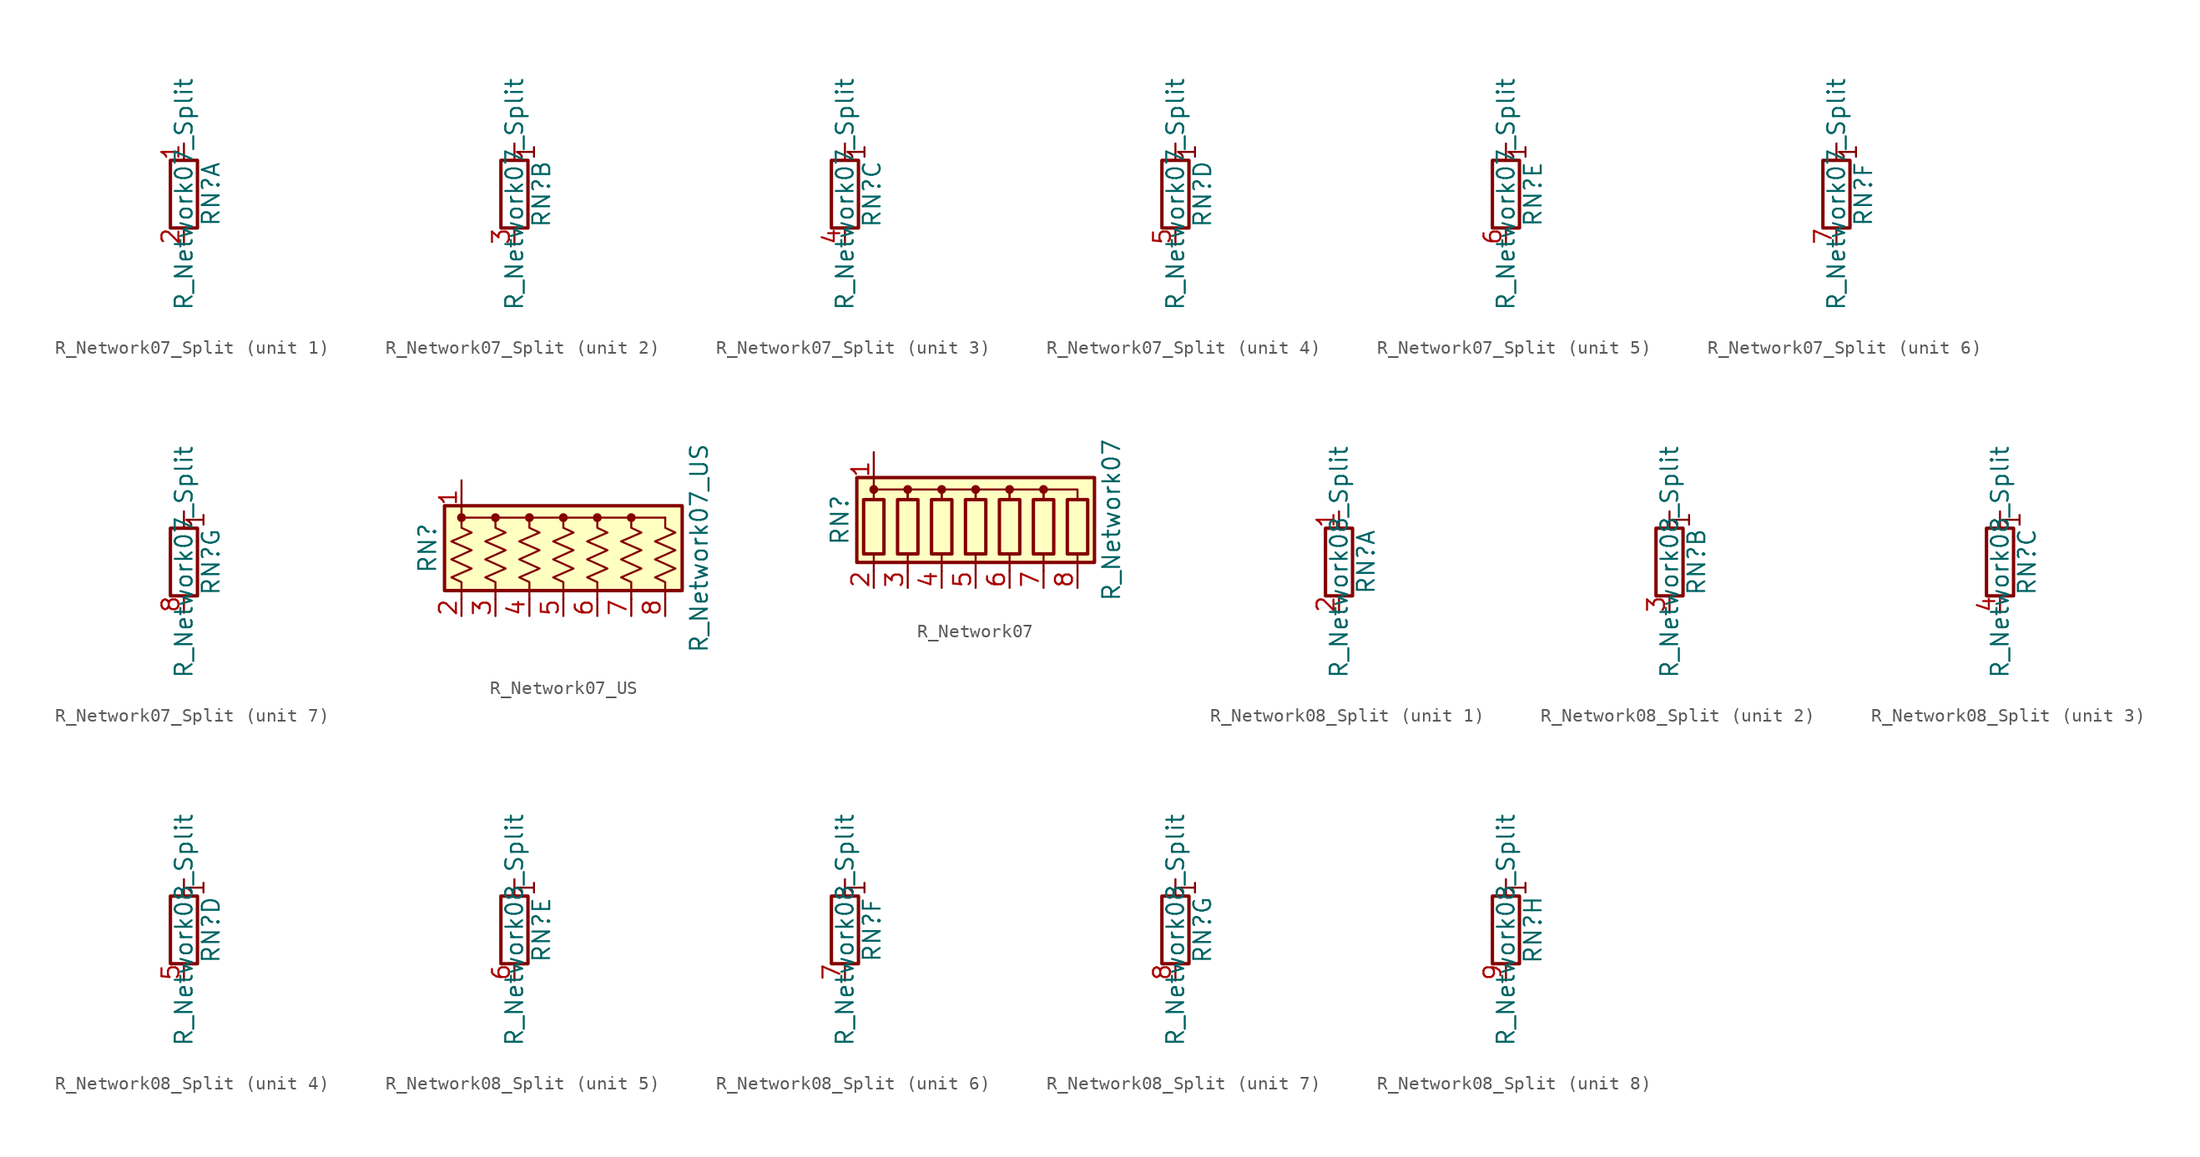
<source format=kicad_sym>
(kicad_symbol_lib
  (version 20201005)
  (generator kicad_symbol_editor)
  (symbol "R_Network07_Split"
    (pin_names
      (offset 0) hide)
    (property "Reference" "RN"
      (at 2.032 0 90)
      (effects (font (size 1.27 1.27))))
    (property "Value" "R_Network07_Split"
      (at 0 0 90)
      (effects (font (size 1.27 1.27))))
    (symbol "R_Network07_Split_0_1"
      (rectangle (start 1.016 2.54) (end -1.016 -2.54) (stroke (width 0.254)) (fill (type none))))
    (symbol "R_Network07_Split_1_1"
      (pin passive line (at 0 3.81 270) (length 1.27) (name "R1.1" (effects (font (size 1.27 1.27)))) (number "1" (effects (font (size 1.27 1.27)))))
      (pin passive line (at 0 -3.81 90) (length 1.27) (name "R1.2" (effects (font (size 1.27 1.27)))) (number "2" (effects (font (size 1.27 1.27))))))
    (symbol "R_Network07_Split_2_1"
      (text "1" (at 0.889 3.175 900) (effects (font (size 1.27 1.27))))
      (polyline (pts (xy 0 2.54) (xy 0 3.81)) (stroke (width 0)) (fill (type none)))
      (pin passive line (at 0 -3.81 90) (length 1.27) (name "R2.2" (effects (font (size 1.27 1.27)))) (number "3" (effects (font (size 1.27 1.27))))))
    (symbol "R_Network07_Split_3_1"
      (text "1" (at 0.889 3.175 900) (effects (font (size 1.27 1.27))))
      (polyline (pts (xy 0 2.54) (xy 0 3.81)) (stroke (width 0)) (fill (type none)))
      (pin passive line (at 0 -3.81 90) (length 1.27) (name "R3.2" (effects (font (size 1.27 1.27)))) (number "4" (effects (font (size 1.27 1.27))))))
    (symbol "R_Network07_Split_4_1"
      (text "1" (at 0.889 3.175 900) (effects (font (size 1.27 1.27))))
      (polyline (pts (xy 0 2.54) (xy 0 3.81)) (stroke (width 0)) (fill (type none)))
      (pin passive line (at 0 -3.81 90) (length 1.27) (name "R4.2" (effects (font (size 1.27 1.27)))) (number "5" (effects (font (size 1.27 1.27))))))
    (symbol "R_Network07_Split_5_1"
      (text "1" (at 0.889 3.175 900) (effects (font (size 1.27 1.27))))
      (polyline (pts (xy 0 2.54) (xy 0 3.81)) (stroke (width 0)) (fill (type none)))
      (pin passive line (at 0 -3.81 90) (length 1.27) (name "R5.2" (effects (font (size 1.27 1.27)))) (number "6" (effects (font (size 1.27 1.27))))))
    (symbol "R_Network07_Split_6_1"
      (text "1" (at 0.889 3.175 900) (effects (font (size 1.27 1.27))))
      (polyline (pts (xy 0 2.54) (xy 0 3.81)) (stroke (width 0)) (fill (type none)))
      (pin passive line (at 0 -3.81 90) (length 1.27) (name "R6.2" (effects (font (size 1.27 1.27)))) (number "7" (effects (font (size 1.27 1.27))))))
    (symbol "R_Network07_Split_7_1"
      (text "1" (at 0.889 3.175 900) (effects (font (size 1.27 1.27))))
      (polyline (pts (xy 0 2.54) (xy 0 3.81)) (stroke (width 0)) (fill (type none)))
      (pin passive line (at 0 -3.81 90) (length 1.27) (name "R7.2" (effects (font (size 1.27 1.27)))) (number "8" (effects (font (size 1.27 1.27)))))))
  (symbol "R_Network07_US"
    (pin_names
      (offset 0) hide)
    (property "Reference" "RN"
      (at -10.16 0 90)
      (effects (font (size 1.27 1.27))))
    (property "Value" "R_Network07_US"
      (at 10.16 0 90)
      (effects (font (size 1.27 1.27))))
    (symbol "R_Network07_US_0_1"
      (circle (center -7.62 2.286) (radius 0.254) (stroke (width 0)) (fill (type outline)))
      (circle (center -5.08 2.286) (radius 0.254) (stroke (width 0)) (fill (type outline)))
      (circle (center -2.54 2.286) (radius 0.254) (stroke (width 0)) (fill (type outline)))
      (circle (center 0 2.286) (radius 0.254) (stroke (width 0)) (fill (type outline)))
      (circle (center 2.54 2.286) (radius 0.254) (stroke (width 0)) (fill (type outline)))
      (circle (center 5.08 2.286) (radius 0.254) (stroke (width 0)) (fill (type outline)))
      (rectangle (start -8.89 -3.175) (end 8.89 3.175) (stroke (width 0.254)) (fill (type background)))
      (polyline (pts (xy -7.62 2.286) (xy 7.62 2.286)) (stroke (width 0)) (fill (type none)))
      (polyline (pts (xy -7.62 2.286) (xy -7.62 1.524) (xy -6.858 1.168) (xy -8.382 0.508) (xy -6.858 -0.152) (xy -8.382 -0.838) (xy -6.858 -1.524) (xy -8.382 -2.184) (xy -7.62 -2.54) (xy -7.62 -3.81)) (stroke (width 0)) (fill (type none)))
      (polyline (pts (xy -5.08 2.286) (xy -5.08 1.524) (xy -4.318 1.168) (xy -5.842 0.508) (xy -4.318 -0.152) (xy -5.842 -0.838) (xy -4.318 -1.524) (xy -5.842 -2.184) (xy -5.08 -2.54) (xy -5.08 -3.81)) (stroke (width 0)) (fill (type none)))
      (polyline (pts (xy -2.54 2.286) (xy -2.54 1.524) (xy -1.778 1.168) (xy -3.302 0.508) (xy -1.778 -0.152) (xy -3.302 -0.838) (xy -1.778 -1.524) (xy -3.302 -2.184) (xy -2.54 -2.54) (xy -2.54 -3.81)) (stroke (width 0)) (fill (type none)))
      (polyline (pts (xy 0 2.286) (xy 0 1.524) (xy 0.762 1.168) (xy -0.762 0.508) (xy 0.762 -0.152) (xy -0.762 -0.838) (xy 0.762 -1.524) (xy -0.762 -2.184) (xy 0 -2.54) (xy 0 -3.81)) (stroke (width 0)) (fill (type none)))
      (polyline (pts (xy 2.54 2.286) (xy 2.54 1.524) (xy 3.302 1.168) (xy 1.778 0.508) (xy 3.302 -0.152) (xy 1.778 -0.838) (xy 3.302 -1.524) (xy 1.778 -2.184) (xy 2.54 -2.54) (xy 2.54 -3.81)) (stroke (width 0)) (fill (type none)))
      (polyline (pts (xy 5.08 2.286) (xy 5.08 1.524) (xy 5.842 1.168) (xy 4.318 0.508) (xy 5.842 -0.152) (xy 4.318 -0.838) (xy 5.842 -1.524) (xy 4.318 -2.184) (xy 5.08 -2.54) (xy 5.08 -3.81)) (stroke (width 0)) (fill (type none)))
      (polyline (pts (xy 7.62 2.286) (xy 7.62 1.524) (xy 8.382 1.168) (xy 6.858 0.508) (xy 8.382 -0.152) (xy 6.858 -0.838) (xy 8.382 -1.524) (xy 6.858 -2.184) (xy 7.62 -2.54) (xy 7.62 -3.81)) (stroke (width 0)) (fill (type none))))
    (symbol "R_Network07_US_1_1"
      (pin passive line (at -7.62 5.08 270) (length 2.54) (name "common" (effects (font (size 1.27 1.27)))) (number "1" (effects (font (size 1.27 1.27)))))
      (pin passive line (at -7.62 -5.08 90) (length 1.27) (name "R1" (effects (font (size 1.27 1.27)))) (number "2" (effects (font (size 1.27 1.27)))))
      (pin passive line (at -5.08 -5.08 90) (length 1.27) (name "R2" (effects (font (size 1.27 1.27)))) (number "3" (effects (font (size 1.27 1.27)))))
      (pin passive line (at -2.54 -5.08 90) (length 1.27) (name "R3" (effects (font (size 1.27 1.27)))) (number "4" (effects (font (size 1.27 1.27)))))
      (pin passive line (at 0 -5.08 90) (length 1.27) (name "R4" (effects (font (size 1.27 1.27)))) (number "5" (effects (font (size 1.27 1.27)))))
      (pin passive line (at 2.54 -5.08 90) (length 1.27) (name "R5" (effects (font (size 1.27 1.27)))) (number "6" (effects (font (size 1.27 1.27)))))
      (pin passive line (at 5.08 -5.08 90) (length 1.27) (name "R6" (effects (font (size 1.27 1.27)))) (number "7" (effects (font (size 1.27 1.27)))))
      (pin passive line (at 7.62 -5.08 90) (length 1.27) (name "R7" (effects (font (size 1.27 1.27)))) (number "8" (effects (font (size 1.27 1.27)))))))
  (symbol "R_Network07"
    (pin_names
      (offset 0) hide)
    (property "Reference" "RN"
      (at -10.16 0 90)
      (effects (font (size 1.27 1.27))))
    (property "Value" "R_Network07"
      (at 10.16 0 90)
      (effects (font (size 1.27 1.27))))
    (symbol "R_Network07_0_1"
      (circle (center -7.62 2.286) (radius 0.254) (stroke (width 0)) (fill (type outline)))
      (circle (center -5.08 2.286) (radius 0.254) (stroke (width 0)) (fill (type outline)))
      (circle (center -2.54 2.286) (radius 0.254) (stroke (width 0)) (fill (type outline)))
      (circle (center 0 2.286) (radius 0.254) (stroke (width 0)) (fill (type outline)))
      (circle (center 2.54 2.286) (radius 0.254) (stroke (width 0)) (fill (type outline)))
      (circle (center 5.08 2.286) (radius 0.254) (stroke (width 0)) (fill (type outline)))
      (rectangle (start -8.382 1.524) (end -6.858 -2.54) (stroke (width 0.254)) (fill (type none)))
      (rectangle (start -5.842 1.524) (end -4.318 -2.54) (stroke (width 0.254)) (fill (type none)))
      (rectangle (start -3.302 1.524) (end -1.778 -2.54) (stroke (width 0.254)) (fill (type none)))
      (rectangle (start -0.762 1.524) (end 0.762 -2.54) (stroke (width 0.254)) (fill (type none)))
      (rectangle (start 1.778 1.524) (end 3.302 -2.54) (stroke (width 0.254)) (fill (type none)))
      (rectangle (start 4.318 1.524) (end 5.842 -2.54) (stroke (width 0.254)) (fill (type none)))
      (rectangle (start 6.858 1.524) (end 8.382 -2.54) (stroke (width 0.254)) (fill (type none)))
      (rectangle (start -8.89 -3.175) (end 8.89 3.175) (stroke (width 0.254)) (fill (type background)))
      (polyline (pts (xy -7.62 -2.54) (xy -7.62 -3.81)) (stroke (width 0)) (fill (type none)))
      (polyline (pts (xy -5.08 -2.54) (xy -5.08 -3.81)) (stroke (width 0)) (fill (type none)))
      (polyline (pts (xy -2.54 -2.54) (xy -2.54 -3.81)) (stroke (width 0)) (fill (type none)))
      (polyline (pts (xy 0 -2.54) (xy 0 -3.81)) (stroke (width 0)) (fill (type none)))
      (polyline (pts (xy 2.54 -2.54) (xy 2.54 -3.81)) (stroke (width 0)) (fill (type none)))
      (polyline (pts (xy 5.08 -2.54) (xy 5.08 -3.81)) (stroke (width 0)) (fill (type none)))
      (polyline (pts (xy 7.62 -2.54) (xy 7.62 -3.81)) (stroke (width 0)) (fill (type none)))
      (polyline (pts (xy -7.62 1.524) (xy -7.62 2.286) (xy -5.08 2.286) (xy -5.08 1.524)) (stroke (width 0)) (fill (type none)))
      (polyline (pts (xy -5.08 1.524) (xy -5.08 2.286) (xy -2.54 2.286) (xy -2.54 1.524)) (stroke (width 0)) (fill (type none)))
      (polyline (pts (xy -2.54 1.524) (xy -2.54 2.286) (xy 0 2.286) (xy 0 1.524)) (stroke (width 0)) (fill (type none)))
      (polyline (pts (xy 0 1.524) (xy 0 2.286) (xy 2.54 2.286) (xy 2.54 1.524)) (stroke (width 0)) (fill (type none)))
      (polyline (pts (xy 2.54 1.524) (xy 2.54 2.286) (xy 5.08 2.286) (xy 5.08 1.524)) (stroke (width 0)) (fill (type none)))
      (polyline (pts (xy 5.08 1.524) (xy 5.08 2.286) (xy 7.62 2.286) (xy 7.62 1.524)) (stroke (width 0)) (fill (type none))))
    (symbol "R_Network07_1_1"
      (pin passive line (at -7.62 5.08 270) (length 2.54) (name "common" (effects (font (size 1.27 1.27)))) (number "1" (effects (font (size 1.27 1.27)))))
      (pin passive line (at -7.62 -5.08 90) (length 1.27) (name "R1" (effects (font (size 1.27 1.27)))) (number "2" (effects (font (size 1.27 1.27)))))
      (pin passive line (at -5.08 -5.08 90) (length 1.27) (name "R2" (effects (font (size 1.27 1.27)))) (number "3" (effects (font (size 1.27 1.27)))))
      (pin passive line (at -2.54 -5.08 90) (length 1.27) (name "R3" (effects (font (size 1.27 1.27)))) (number "4" (effects (font (size 1.27 1.27)))))
      (pin passive line (at 0 -5.08 90) (length 1.27) (name "R4" (effects (font (size 1.27 1.27)))) (number "5" (effects (font (size 1.27 1.27)))))
      (pin passive line (at 2.54 -5.08 90) (length 1.27) (name "R5" (effects (font (size 1.27 1.27)))) (number "6" (effects (font (size 1.27 1.27)))))
      (pin passive line (at 5.08 -5.08 90) (length 1.27) (name "R6" (effects (font (size 1.27 1.27)))) (number "7" (effects (font (size 1.27 1.27)))))
      (pin passive line (at 7.62 -5.08 90) (length 1.27) (name "R7" (effects (font (size 1.27 1.27)))) (number "8" (effects (font (size 1.27 1.27)))))))
  (symbol "R_Network08_Split"
    (pin_names
      (offset 0) hide)
    (property "Reference" "RN"
      (at 2.032 0 90)
      (effects (font (size 1.27 1.27))))
    (property "Value" "R_Network08_Split"
      (at 0 0 90)
      (effects (font (size 1.27 1.27))))
    (symbol "R_Network08_Split_0_1"
      (rectangle (start 1.016 2.54) (end -1.016 -2.54) (stroke (width 0.254)) (fill (type none))))
    (symbol "R_Network08_Split_1_1"
      (pin passive line (at 0 3.81 270) (length 1.27) (name "R1.1" (effects (font (size 1.27 1.27)))) (number "1" (effects (font (size 1.27 1.27)))))
      (pin passive line (at 0 -3.81 90) (length 1.27) (name "R1.2" (effects (font (size 1.27 1.27)))) (number "2" (effects (font (size 1.27 1.27))))))
    (symbol "R_Network08_Split_2_1"
      (text "1" (at 0.889 3.175 900) (effects (font (size 1.27 1.27))))
      (polyline (pts (xy 0 2.54) (xy 0 3.81)) (stroke (width 0)) (fill (type none)))
      (pin passive line (at 0 -3.81 90) (length 1.27) (name "R2.2" (effects (font (size 1.27 1.27)))) (number "3" (effects (font (size 1.27 1.27))))))
    (symbol "R_Network08_Split_3_1"
      (text "1" (at 0.889 3.175 900) (effects (font (size 1.27 1.27))))
      (polyline (pts (xy 0 2.54) (xy 0 3.81)) (stroke (width 0)) (fill (type none)))
      (pin passive line (at 0 -3.81 90) (length 1.27) (name "R3.2" (effects (font (size 1.27 1.27)))) (number "4" (effects (font (size 1.27 1.27))))))
    (symbol "R_Network08_Split_4_1"
      (text "1" (at 0.889 3.175 900) (effects (font (size 1.27 1.27))))
      (polyline (pts (xy 0 2.54) (xy 0 3.81)) (stroke (width 0)) (fill (type none)))
      (pin passive line (at 0 -3.81 90) (length 1.27) (name "R4.2" (effects (font (size 1.27 1.27)))) (number "5" (effects (font (size 1.27 1.27))))))
    (symbol "R_Network08_Split_5_1"
      (text "1" (at 0.889 3.175 900) (effects (font (size 1.27 1.27))))
      (polyline (pts (xy 0 2.54) (xy 0 3.81)) (stroke (width 0)) (fill (type none)))
      (pin passive line (at 0 -3.81 90) (length 1.27) (name "R5.2" (effects (font (size 1.27 1.27)))) (number "6" (effects (font (size 1.27 1.27))))))
    (symbol "R_Network08_Split_6_1"
      (text "1" (at 0.889 3.175 900) (effects (font (size 1.27 1.27))))
      (polyline (pts (xy 0 2.54) (xy 0 3.81)) (stroke (width 0)) (fill (type none)))
      (pin passive line (at 0 -3.81 90) (length 1.27) (name "R6.2" (effects (font (size 1.27 1.27)))) (number "7" (effects (font (size 1.27 1.27))))))
    (symbol "R_Network08_Split_7_1"
      (text "1" (at 0.889 3.175 900) (effects (font (size 1.27 1.27))))
      (polyline (pts (xy 0 2.54) (xy 0 3.81)) (stroke (width 0)) (fill (type none)))
      (pin passive line (at 0 -3.81 90) (length 1.27) (name "R7.2" (effects (font (size 1.27 1.27)))) (number "8" (effects (font (size 1.27 1.27))))))
    (symbol "R_Network08_Split_8_1"
      (text "1" (at 0.889 3.175 900) (effects (font (size 1.27 1.27))))
      (polyline (pts (xy 0 2.54) (xy 0 3.81)) (stroke (width 0)) (fill (type none)))
      (pin passive line (at 0 -3.81 90) (length 1.27) (name "R8.2" (effects (font (size 1.27 1.27)))) (number "9" (effects (font (size 1.27 1.27))))))))
</source>
